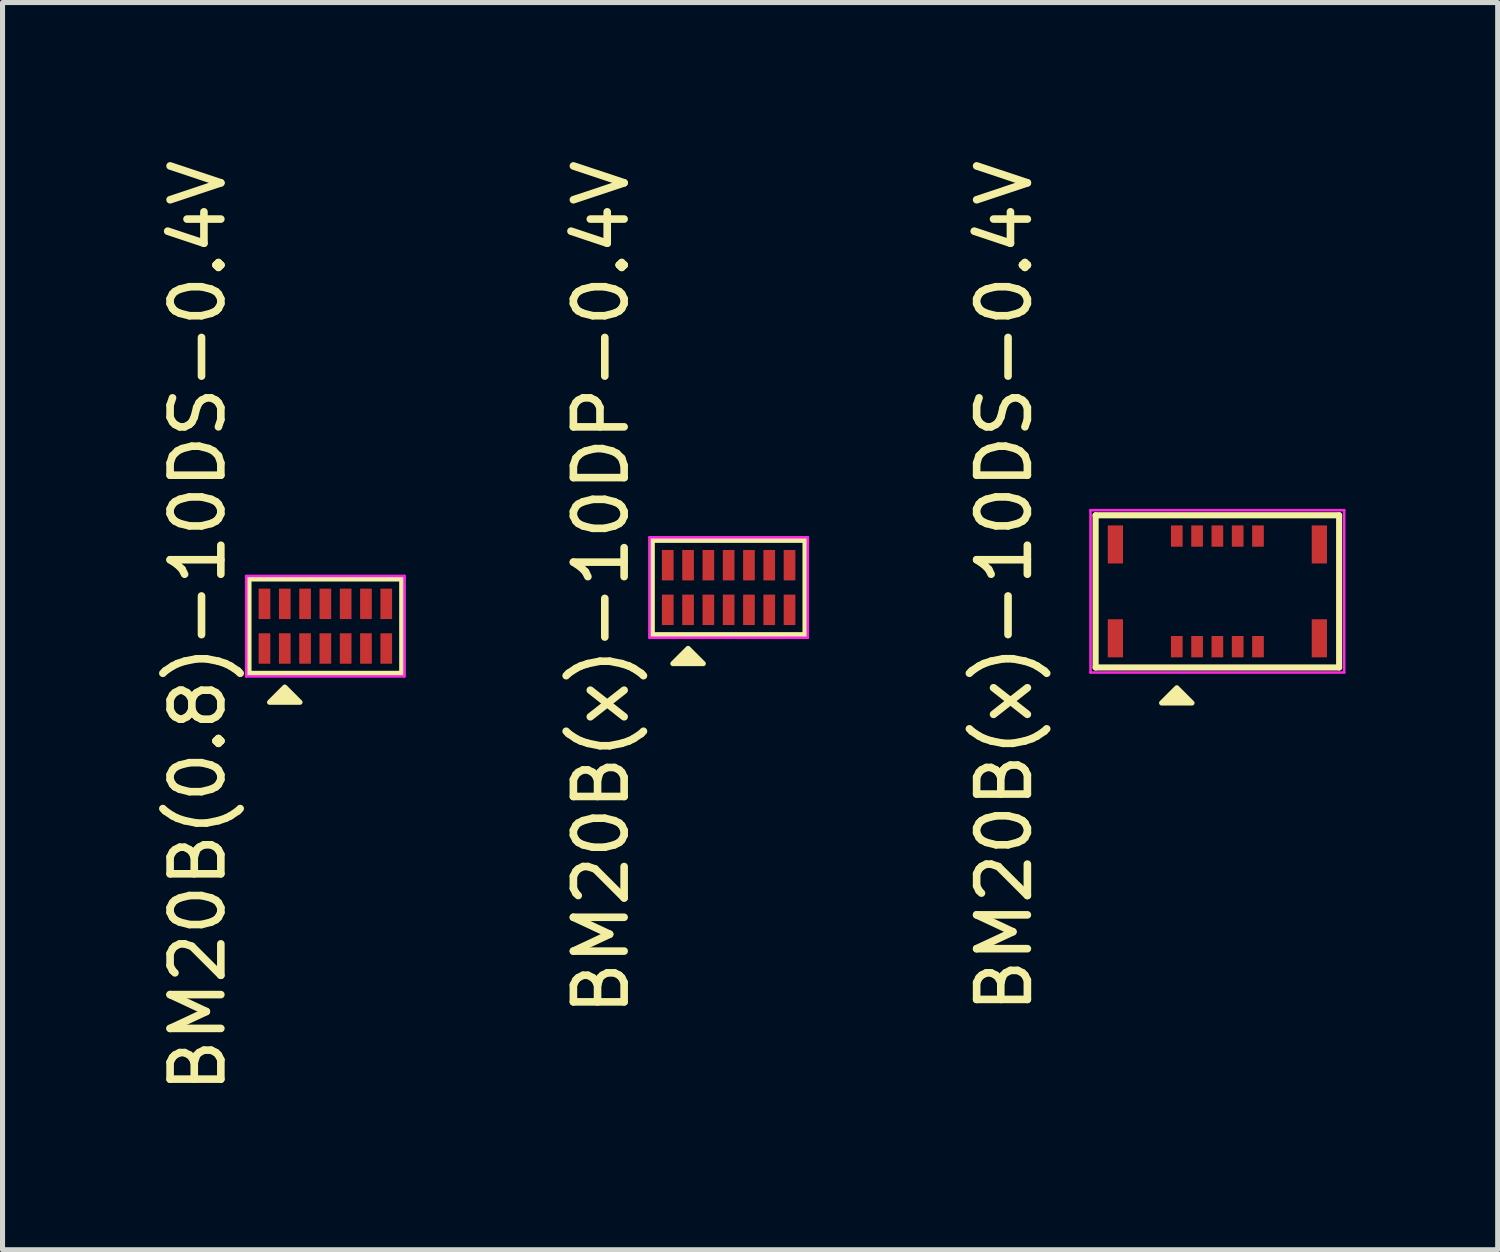
<source format=kicad_pcb>
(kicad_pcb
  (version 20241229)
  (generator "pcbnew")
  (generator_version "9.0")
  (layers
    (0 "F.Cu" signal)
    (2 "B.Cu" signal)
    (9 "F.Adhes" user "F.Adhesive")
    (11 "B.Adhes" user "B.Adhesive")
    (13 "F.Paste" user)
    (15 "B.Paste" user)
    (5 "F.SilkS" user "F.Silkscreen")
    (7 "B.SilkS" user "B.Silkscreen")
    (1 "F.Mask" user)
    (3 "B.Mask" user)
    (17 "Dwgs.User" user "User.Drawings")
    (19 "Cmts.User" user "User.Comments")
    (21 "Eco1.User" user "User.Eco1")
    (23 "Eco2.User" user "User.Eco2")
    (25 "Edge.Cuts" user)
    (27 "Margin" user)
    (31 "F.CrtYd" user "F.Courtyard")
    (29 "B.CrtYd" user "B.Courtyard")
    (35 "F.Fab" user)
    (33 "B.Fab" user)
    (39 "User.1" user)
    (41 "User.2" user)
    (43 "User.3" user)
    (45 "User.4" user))
  (footprint "BM20B(0.8)-10DS-0.4V"
    (layer "F.Cu")
    (at 3.363 9.292)
    (property "Reference" "BM20B(0.8)-10DS-0.4V" (at -2.515 0 90) (layer "F.SilkS") (effects (font (size 1 1) (thickness 0.15))))
    (attr smd)
    (fp_line (start -1.515 -0.94) (end 1.515 -0.94) (stroke (width 0.12) (type default)) (layer "F.SilkS"))
    (fp_line (start -1.515 0.94) (end -1.515 -0.94) (stroke (width 0.12) (type default)) (layer "F.SilkS"))
    (fp_line (start 1.515 -0.94) (end 1.515 0.94) (stroke (width 0.12) (type default)) (layer "F.SilkS"))
    (fp_line (start 1.515 0.94) (end -1.515 0.94) (stroke (width 0.12) (type default)) (layer "F.SilkS"))
    (fp_poly (pts (xy -0.8 1.2) (xy -1.1 1.5) (xy -0.5 1.5)) (stroke (width 0.1) (type solid)) (fill yes) (layer "F.SilkS"))
    (fp_line (start -1.56 -0.99) (end 1.56 -0.99) (stroke (width 0.05) (type default)) (layer "F.CrtYd"))
    (fp_line (start -1.56 0.99) (end -1.56 -0.99) (stroke (width 0.05) (type default)) (layer "F.CrtYd"))
    (fp_line (start 1.56 -0.99) (end 1.56 0.99) (stroke (width 0.05) (type default)) (layer "F.CrtYd"))
    (fp_line (start 1.56 0.99) (end -1.56 0.99) (stroke (width 0.05) (type default)) (layer "F.CrtYd"))
    (pad "1" smd rect (at -0.8 0.44) (size 0.23 0.6) (layers "F.Cu" "F.Mask" "F.Paste"))
    (pad "2" smd rect (at -0.4 0.44) (size 0.23 0.6) (layers "F.Cu" "F.Mask" "F.Paste"))
    (pad "3" smd rect (at 0 0.44) (size 0.23 0.6) (layers "F.Cu" "F.Mask" "F.Paste"))
    (pad "4" smd rect (at 0.4 0.44) (size 0.23 0.6) (layers "F.Cu" "F.Mask" "F.Paste"))
    (pad "5" smd rect (at 0.8 0.44) (size 0.23 0.6) (layers "F.Cu" "F.Mask" "F.Paste"))
    (pad "6" smd rect (at 0.8 -0.44) (size 0.23 0.6) (layers "F.Cu" "F.Mask" "F.Paste"))
    (pad "7" smd rect (at 0.4 -0.44) (size 0.23 0.6) (layers "F.Cu" "F.Mask" "F.Paste"))
    (pad "8" smd rect (at 0 -0.44) (size 0.23 0.6) (layers "F.Cu" "F.Mask" "F.Paste"))
    (pad "9" smd rect (at -0.4 -0.44) (size 0.23 0.6) (layers "F.Cu" "F.Mask" "F.Paste"))
    (pad "10" smd rect (at -0.8 -0.44) (size 0.23 0.6) (layers "F.Cu" "F.Mask" "F.Paste"))
    (pad "MP" smd rect (at -1.2 -0.44) (size 0.23 0.6) (layers "F.Cu" "F.Mask" "F.Paste"))
    (pad "MP" smd rect (at -1.2 0.44) (size 0.23 0.6) (layers "F.Cu" "F.Mask" "F.Paste"))
    (pad "MP" smd rect (at 1.2 -0.44) (size 0.23 0.6) (layers "F.Cu" "F.Mask" "F.Paste"))
    (pad "MP" smd rect (at 1.2 0.44) (size 0.23 0.6) (layers "F.Cu" "F.Mask" "F.Paste")))
  (footprint "BM20B(x)-10DP-0.4V"
    (layer "F.Cu")
    (at 11.312 8.53)
    (property "Reference" "BM20B(x)-10DP-0.4V" (at -2.515 0 90) (layer "F.SilkS") (effects (font (size 1 1) (thickness 0.15))))
    (attr smd)
    (fp_line (start -1.515 -0.94) (end 1.515 -0.94) (stroke (width 0.12) (type default)) (layer "F.SilkS"))
    (fp_line (start -1.515 0.94) (end -1.515 -0.94) (stroke (width 0.12) (type default)) (layer "F.SilkS"))
    (fp_line (start 1.515 -0.94) (end 1.515 0.94) (stroke (width 0.12) (type default)) (layer "F.SilkS"))
    (fp_line (start 1.515 0.94) (end -1.515 0.94) (stroke (width 0.12) (type default)) (layer "F.SilkS"))
    (fp_poly (pts (xy -0.8 1.2) (xy -1.1 1.5) (xy -0.5 1.5)) (stroke (width 0.1) (type solid)) (fill yes) (layer "F.SilkS"))
    (fp_line (start -1.56 -0.99) (end 1.56 -0.99) (stroke (width 0.05) (type default)) (layer "F.CrtYd"))
    (fp_line (start -1.56 0.99) (end -1.56 -0.99) (stroke (width 0.05) (type default)) (layer "F.CrtYd"))
    (fp_line (start 1.56 -0.99) (end 1.56 0.99) (stroke (width 0.05) (type default)) (layer "F.CrtYd"))
    (fp_line (start 1.56 0.99) (end -1.56 0.99) (stroke (width 0.05) (type default)) (layer "F.CrtYd"))
    (pad "1" smd rect (at -0.8 0.44) (size 0.23 0.6) (layers "F.Cu" "F.Mask" "F.Paste"))
    (pad "2" smd rect (at -0.4 0.44) (size 0.23 0.6) (layers "F.Cu" "F.Mask" "F.Paste"))
    (pad "3" smd rect (at 0 0.44) (size 0.23 0.6) (layers "F.Cu" "F.Mask" "F.Paste"))
    (pad "4" smd rect (at 0.4 0.44) (size 0.23 0.6) (layers "F.Cu" "F.Mask" "F.Paste"))
    (pad "5" smd rect (at 0.8 0.44) (size 0.23 0.6) (layers "F.Cu" "F.Mask" "F.Paste"))
    (pad "6" smd rect (at 0.8 -0.44) (size 0.23 0.6) (layers "F.Cu" "F.Mask" "F.Paste"))
    (pad "7" smd rect (at 0.4 -0.44) (size 0.23 0.6) (layers "F.Cu" "F.Mask" "F.Paste"))
    (pad "8" smd rect (at 0 -0.44) (size 0.23 0.6) (layers "F.Cu" "F.Mask" "F.Paste"))
    (pad "9" smd rect (at -0.4 -0.44) (size 0.23 0.6) (layers "F.Cu" "F.Mask" "F.Paste"))
    (pad "10" smd rect (at -0.8 -0.44) (size 0.23 0.6) (layers "F.Cu" "F.Mask" "F.Paste"))
    (pad "MP" smd rect (at -1.2 -0.44) (size 0.23 0.6) (layers "F.Cu" "F.Mask" "F.Paste"))
    (pad "MP" smd rect (at -1.2 0.44) (size 0.23 0.6) (layers "F.Cu" "F.Mask" "F.Paste"))
    (pad "MP" smd rect (at 1.2 -0.44) (size 0.23 0.6) (layers "F.Cu" "F.Mask" "F.Paste"))
    (pad "MP" smd rect (at 1.2 0.44) (size 0.23 0.6) (layers "F.Cu" "F.Mask" "F.Paste")))
  (footprint "BM20B(x)-10DS-0.4V"
    (layer "F.Cu")
    (at 20.945 8.606)
    (property "Reference" "BM20B(x)-10DS-0.4V" (at -4.2 -0.1 90) (layer "F.SilkS") (effects (font (size 1 1) (thickness 0.15))))
    (attr smd)
    (fp_line (start -2.4 -1.5) (end 2.4 -1.5) (stroke (width 0.12) (type default)) (layer "F.SilkS"))
    (fp_line (start -2.4 1.5) (end -2.4 -1.5) (stroke (width 0.12) (type default)) (layer "F.SilkS"))
    (fp_line (start 2.4 -1.5) (end 2.4 1.5) (stroke (width 0.12) (type default)) (layer "F.SilkS"))
    (fp_line (start 2.4 1.5) (end -2.4 1.5) (stroke (width 0.12) (type default)) (layer "F.SilkS"))
    (fp_poly (pts (xy -0.8 1.9) (xy -1.1 2.2) (xy -0.5 2.2)) (stroke (width 0.1) (type solid)) (fill yes) (layer "F.SilkS"))
    (fp_line (start -2.5 -1.6) (end 2.5 -1.6) (stroke (width 0.05) (type default)) (layer "F.CrtYd"))
    (fp_line (start -2.5 1.6) (end -2.5 -1.6) (stroke (width 0.05) (type default)) (layer "F.CrtYd"))
    (fp_line (start 2.5 -1.6) (end 2.5 1.6) (stroke (width 0.05) (type default)) (layer "F.CrtYd"))
    (fp_line (start 2.5 1.6) (end -2.5 1.6) (stroke (width 0.05) (type default)) (layer "F.CrtYd"))
    (pad "1" smd rect (at -0.8 1.09) (size 0.23 0.42) (layers "F.Cu" "F.Mask" "F.Paste"))
    (pad "2" smd rect (at -0.4 1.09) (size 0.23 0.42) (layers "F.Cu" "F.Mask" "F.Paste"))
    (pad "3" smd rect (at 0 1.09) (size 0.23 0.42) (layers "F.Cu" "F.Mask" "F.Paste"))
    (pad "4" smd rect (at 0.4 1.09) (size 0.23 0.42) (layers "F.Cu" "F.Mask" "F.Paste"))
    (pad "5" smd rect (at 0.8 1.09) (size 0.23 0.42) (layers "F.Cu" "F.Mask" "F.Paste"))
    (pad "6" smd rect (at 0.8 -1.09) (size 0.23 0.42) (layers "F.Cu" "F.Mask" "F.Paste"))
    (pad "7" smd rect (at 0.4 -1.09) (size 0.23 0.42) (layers "F.Cu" "F.Mask" "F.Paste"))
    (pad "8" smd rect (at 0 -1.09) (size 0.23 0.42) (layers "F.Cu" "F.Mask" "F.Paste"))
    (pad "9" smd rect (at -0.4 -1.09) (size 0.23 0.42) (layers "F.Cu" "F.Mask" "F.Paste"))
    (pad "10" smd rect (at -0.8 -1.09) (size 0.23 0.42) (layers "F.Cu" "F.Mask" "F.Paste"))
    (pad "MP" smd rect (at -2.01 -0.925) (size 0.3 0.75) (layers "F.Cu" "F.Mask" "F.Paste"))
    (pad "MP" smd rect (at -2.01 0.925) (size 0.3 0.75) (layers "F.Cu" "F.Mask" "F.Paste"))
    (pad "MP" smd rect (at 2.01 -0.925) (size 0.3 0.75) (layers "F.Cu" "F.Mask" "F.Paste"))
    (pad "MP" smd rect (at 2.01 0.925) (size 0.3 0.75) (layers "F.Cu" "F.Mask" "F.Paste")))
  (gr_rect
    (start -3 -3)
    (end 26.47 21.583)
    (stroke (width 0.1) (type default))
    (fill no)
    (layer "Edge.Cuts")))
</source>
